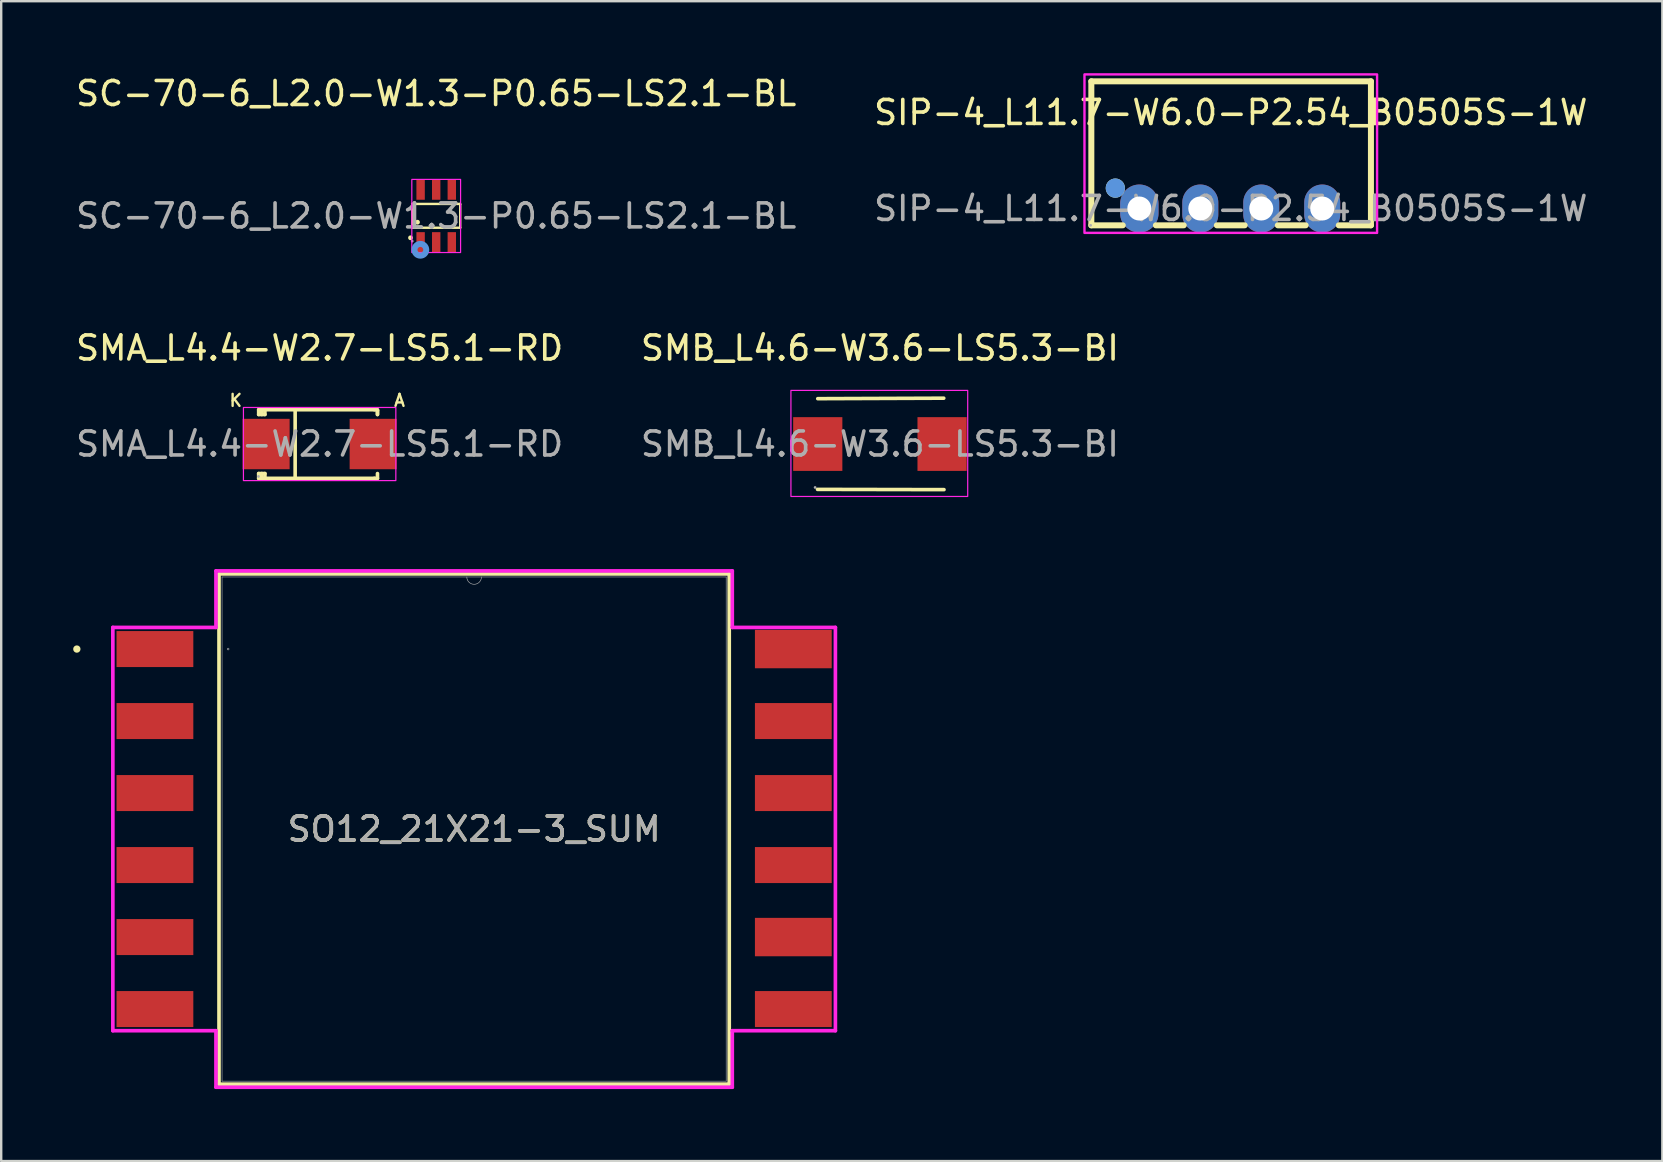
<source format=kicad_pcb>
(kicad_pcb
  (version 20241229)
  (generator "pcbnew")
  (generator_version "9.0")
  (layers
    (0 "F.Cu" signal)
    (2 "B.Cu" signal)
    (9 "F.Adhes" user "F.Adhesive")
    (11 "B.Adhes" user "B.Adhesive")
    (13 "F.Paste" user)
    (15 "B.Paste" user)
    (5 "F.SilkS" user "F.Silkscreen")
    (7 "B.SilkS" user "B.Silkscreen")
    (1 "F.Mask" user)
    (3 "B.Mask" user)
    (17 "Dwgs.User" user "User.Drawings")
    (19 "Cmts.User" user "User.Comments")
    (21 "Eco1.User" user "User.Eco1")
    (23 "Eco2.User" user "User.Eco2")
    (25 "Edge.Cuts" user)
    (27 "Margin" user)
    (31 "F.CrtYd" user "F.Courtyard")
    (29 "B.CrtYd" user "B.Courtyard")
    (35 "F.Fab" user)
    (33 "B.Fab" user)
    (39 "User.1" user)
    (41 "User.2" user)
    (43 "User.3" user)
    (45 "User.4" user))
  (footprint "SMB_L4.6-W3.6-LS5.3-BI"
    (layer "F.Cu")
    (at 33.613 15.451)
    (property "Reference" "SMB_L4.6-W3.6-LS5.3-BI" (at 0 -4 0) (layer "F.SilkS") (effects (font (size 1 1) (thickness 0.15))))
    (attr smd)
    (fp_line (start 2.66 -1.91) (end -2.59 -1.89) (stroke (width 0.15) (type solid)) (layer "F.SilkS"))
    (fp_line (start 2.67 1.9) (end -2.6 1.89) (stroke (width 0.15) (type solid)) (layer "F.SilkS"))
    (fp_rect (start -3.708 -2.235) (end 3.658 2.184) (stroke (width 0.05) (type default)) (fill no) (layer "F.CrtYd"))
    (fp_circle (center -2.7 1.81) (end -2.67 1.81) (stroke (width 0.06) (type solid)) (fill no) (layer "F.Fab"))
    (fp_text user "${REFERENCE}" (at 0 0 0) (layer "F.Fab") (effects (font (size 1 1) (thickness 0.15))))
    (pad "1" smd rect (at -2.59 0) (size 2.05 2.24) (layers "F.Cu" "F.Mask" "F.Paste"))
    (pad "2" smd rect (at 2.59 0) (size 2.05 2.24) (layers "F.Cu" "F.Mask" "F.Paste")))
  (footprint "SMA_L4.4-W2.7-LS5.1-RD"
    (layer "F.Cu")
    (at 10.268 15.451)
    (property "Reference" "SMA_L4.4-W2.7-LS5.1-RD" (at 0 -4 0) (layer "F.SilkS") (effects (font (size 1 1) (thickness 0.15))))
    (attr smd)
    (fp_line (start -2.54 -1.43) (end -2.54 -1.23) (stroke (width 0.15) (type solid)) (layer "F.SilkS"))
    (fp_line (start -2.54 -1.23) (end -2.28 -1.23) (stroke (width 0.15) (type solid)) (layer "F.SilkS"))
    (fp_line (start -2.54 1.23) (end -2.54 1.43) (stroke (width 0.15) (type solid)) (layer "F.SilkS"))
    (fp_line (start -2.54 1.23) (end -2.28 1.23) (stroke (width 0.15) (type solid)) (layer "F.SilkS"))
    (fp_line (start -2.54 1.43) (end -2.28 1.43) (stroke (width 0.15) (type solid)) (layer "F.SilkS"))
    (fp_line (start -2.41 -1.43) (end -2.41 -1.23) (stroke (width 0.15) (type solid)) (layer "F.SilkS"))
    (fp_line (start -2.41 1.23) (end -2.41 1.43) (stroke (width 0.15) (type solid)) (layer "F.SilkS"))
    (fp_line (start -2.28 -1.43) (end -2.54 -1.43) (stroke (width 0.15) (type solid)) (layer "F.SilkS"))
    (fp_line (start -2.28 -1.23) (end -2.28 -1.43) (stroke (width 0.15) (type solid)) (layer "F.SilkS"))
    (fp_line (start -2.28 1.43) (end -2.28 1.23) (stroke (width 0.15) (type solid)) (layer "F.SilkS"))
    (fp_line (start -1.02 1.43) (end -1.02 -1.43) (stroke (width 0.15) (type solid)) (layer "F.SilkS"))
    (fp_line (start 2.28 -1.43) (end -2.28 -1.43) (stroke (width 0.15) (type solid)) (layer "F.SilkS"))
    (fp_line (start 2.28 -1.43) (end 2.38 -1.43) (stroke (width 0.15) (type solid)) (layer "F.SilkS"))
    (fp_line (start 2.28 1.43) (end -2.28 1.43) (stroke (width 0.15) (type solid)) (layer "F.SilkS"))
    (fp_line (start 2.28 1.43) (end 2.41 1.43) (stroke (width 0.15) (type solid)) (layer "F.SilkS"))
    (fp_line (start 2.38 -1.43) (end 2.41 -1.4) (stroke (width 0.15) (type solid)) (layer "F.SilkS"))
    (fp_line (start 2.41 -1.4) (end 2.41 -1.23) (stroke (width 0.15) (type solid)) (layer "F.SilkS"))
    (fp_line (start 2.41 -1.23) (end 2.41 -1.43) (stroke (width 0.15) (type solid)) (layer "F.SilkS"))
    (fp_line (start 2.41 1.43) (end 2.41 1.23) (stroke (width 0.15) (type solid)) (layer "F.SilkS"))
    (fp_rect (start -3.175 -1.524) (end 3.175 1.524) (stroke (width 0.05) (type default)) (fill no) (layer "F.CrtYd"))
    (fp_circle (center -2.55 1.35) (end -2.52 1.35) (stroke (width 0.06) (type solid)) (fill no) (layer "F.Fab"))
    (fp_text user "A" (at 3.048 -1.524 0) (unlocked yes) (layer "F.SilkS") (effects (font (size 0.5 0.5) (thickness 0.1)) (justify left bottom)))
    (fp_text user "K" (at -3.81 -1.524 0) (unlocked yes) (layer "F.SilkS") (effects (font (size 0.5 0.5) (thickness 0.1)) (justify left bottom)))
    (fp_text user "${REFERENCE}" (at 0 0 0) (layer "F.Fab") (effects (font (size 1 1) (thickness 0.15))))
    (pad "1" smd rect (at -2.23 0 180) (size 1.96 2.1) (layers "F.Cu" "F.Mask" "F.Paste"))
    (pad "2" smd rect (at 2.23 0 180) (size 1.96 2.1) (layers "F.Cu" "F.Mask" "F.Paste")))
  (footprint "SO12_21X21-3_SUM"
    (layer "F.Cu")
    (at 16.705 31.494)
    (property "Reference" "SO12_21X21-3_SUM" (at 0 0 0) (unlocked yes) (layer "F.SilkS") (effects (font (size 1 1) (thickness 0.15))))
    (attr smd)
    (fp_line (start -10.63 -10.63) (end -10.63 10.63) (stroke (width 0.152) (type solid)) (layer "F.SilkS"))
    (fp_line (start -10.63 10.63) (end 10.63 10.63) (stroke (width 0.152) (type solid)) (layer "F.SilkS"))
    (fp_line (start 10.63 -10.63) (end -10.63 -10.63) (stroke (width 0.152) (type solid)) (layer "F.SilkS"))
    (fp_line (start 10.63 10.63) (end 10.63 -10.63) (stroke (width 0.152) (type solid)) (layer "F.SilkS"))
    (fp_circle (center -16.553 -7.5) (end -16.476 -7.5) (stroke (width 0.152) (type solid)) (fill no) (layer "F.SilkS"))
    (fp_line (start -15.053 -8.402) (end -10.757 -8.402) (stroke (width 0.152) (type solid)) (layer "F.CrtYd"))
    (fp_line (start -15.053 8.402) (end -15.053 -8.402) (stroke (width 0.152) (type solid)) (layer "F.CrtYd"))
    (fp_line (start -15.053 8.402) (end -10.757 8.402) (stroke (width 0.152) (type solid)) (layer "F.CrtYd"))
    (fp_line (start -10.757 -10.757) (end 10.757 -10.757) (stroke (width 0.152) (type solid)) (layer "F.CrtYd"))
    (fp_line (start -10.757 -8.402) (end -10.757 -10.757) (stroke (width 0.152) (type solid)) (layer "F.CrtYd"))
    (fp_line (start -10.757 10.757) (end -10.757 8.402) (stroke (width 0.152) (type solid)) (layer "F.CrtYd"))
    (fp_line (start 10.757 -10.757) (end 10.757 -8.402) (stroke (width 0.152) (type solid)) (layer "F.CrtYd"))
    (fp_line (start 10.757 8.402) (end 10.757 10.757) (stroke (width 0.152) (type solid)) (layer "F.CrtYd"))
    (fp_line (start 10.757 10.757) (end -10.757 10.757) (stroke (width 0.152) (type solid)) (layer "F.CrtYd"))
    (fp_line (start 15.053 -8.402) (end 10.757 -8.402) (stroke (width 0.152) (type solid)) (layer "F.CrtYd"))
    (fp_line (start 15.053 -8.402) (end 15.053 8.402) (stroke (width 0.152) (type solid)) (layer "F.CrtYd"))
    (fp_line (start 15.053 8.402) (end 10.757 8.402) (stroke (width 0.152) (type solid)) (layer "F.CrtYd"))
    (fp_line (start -10.503 -10.503) (end -10.503 10.503) (stroke (width 0.025) (type solid)) (layer "F.Fab"))
    (fp_line (start -10.503 10.503) (end 10.503 10.503) (stroke (width 0.025) (type solid)) (layer "F.Fab"))
    (fp_line (start 10.503 -10.503) (end -10.503 -10.503) (stroke (width 0.025) (type solid)) (layer "F.Fab"))
    (fp_line (start 10.503 10.503) (end 10.503 -10.503) (stroke (width 0.025) (type solid)) (layer "F.Fab"))
    (fp_arc (start 0.3048 -10.5029) (mid 0 -10.1981) (end -0.3048 -10.5029) (stroke (width 0.0254) (type solid)) (layer "F.Fab"))
    (fp_circle (center -10.249 -7.5) (end -10.211 -7.5) (stroke (width 0.025) (type solid)) (fill no) (layer "F.Fab"))
    (fp_text user "${REFERENCE}" (at 0 0 0) (unlocked yes) (layer "F.Fab") (effects (font (size 1 1) (thickness 0.15))))
    (pad "1" smd rect (at -13.3 -7.5) (size 3.2 1.5) (layers "F.Cu" "F.Mask" "F.Paste"))
    (pad "2" smd rect (at -13.3 -4.5) (size 3.2 1.5) (layers "F.Cu" "F.Mask" "F.Paste"))
    (pad "3" smd rect (at -13.3 -1.5) (size 3.2 1.5) (layers "F.Cu" "F.Mask" "F.Paste"))
    (pad "4" smd rect (at -13.3 1.5) (size 3.2 1.5) (layers "F.Cu" "F.Mask" "F.Paste"))
    (pad "5" smd rect (at -13.3 4.5) (size 3.2 1.5) (layers "F.Cu" "F.Mask" "F.Paste"))
    (pad "6" smd rect (at -13.3 7.5) (size 3.2 1.5) (layers "F.Cu" "F.Mask" "F.Paste"))
    (pad "7" smd rect (at 13.3 7.5) (size 3.2 1.5) (layers "F.Cu" "F.Mask" "F.Paste"))
    (pad "8" smd rect (at 13.3 4.5) (size 3.2 1.6) (layers "F.Cu" "F.Mask" "F.Paste"))
    (pad "9" smd rect (at 13.3 1.5) (size 3.2 1.5) (layers "F.Cu" "F.Mask" "F.Paste"))
    (pad "10" smd rect (at 13.3 -1.5) (size 3.2 1.5) (layers "F.Cu" "F.Mask" "F.Paste"))
    (pad "11" smd rect (at 13.3 -4.5) (size 3.2 1.5) (layers "F.Cu" "F.Mask" "F.Paste"))
    (pad "12" smd rect (at 13.3 -7.5) (size 3.2 1.6) (layers "F.Cu" "F.Mask" "F.Paste")))
  (footprint "SIP-4_L11.7-W6.0-P2.54_B0505S-1W"
    (layer "F.Cu")
    (at 48.232 5.638)
    (property "Reference" "SIP-4_L11.7-W6.0-P2.54_B0505S-1W" (at 0 -4 0) (layer "F.SilkS") (effects (font (size 1 1) (thickness 0.15))))
    (attr smd)
    (fp_line (start -5.81 -5.3) (end 5.84 -5.3) (stroke (width 0.25) (type solid)) (layer "F.SilkS"))
    (fp_line (start -5.81 0.7) (end -5.81 -5.3) (stroke (width 0.25) (type solid)) (layer "F.SilkS"))
    (fp_line (start -4.5 0.7) (end -5.81 0.7) (stroke (width 0.25) (type solid)) (layer "F.SilkS"))
    (fp_line (start -1.96 0.7) (end -3.12 0.7) (stroke (width 0.25) (type solid)) (layer "F.SilkS"))
    (fp_line (start 0.58 0.7) (end -0.58 0.7) (stroke (width 0.25) (type solid)) (layer "F.SilkS"))
    (fp_line (start 3.12 0.7) (end 1.96 0.7) (stroke (width 0.25) (type solid)) (layer "F.SilkS"))
    (fp_line (start 5.84 -5.3) (end 5.84 0.7) (stroke (width 0.25) (type solid)) (layer "F.SilkS"))
    (fp_line (start 5.84 0.7) (end 4.5 0.7) (stroke (width 0.25) (type solid)) (layer "F.SilkS"))
    (fp_circle (center -4.81 -0.85) (end -4.61 -0.85) (stroke (width 0.4) (type solid)) (fill no) (layer "F.SilkS"))
    (fp_circle (center -4.81 -0.85) (end -4.61 -0.85) (stroke (width 0.4) (type solid)) (fill no) (layer "Cmts.User"))
    (fp_rect (start -6.096 -5.588) (end 6.096 1.016) (stroke (width 0.1) (type solid)) (fill no) (layer "F.CrtYd"))
    (fp_circle (center -5.84 0.7) (end -5.81 0.7) (stroke (width 0.06) (type solid)) (fill no) (layer "F.Fab"))
    (fp_text user "${REFERENCE}" (at 0 0 0) (layer "F.Fab") (effects (font (size 1 1) (thickness 0.15))))
    (pad "1" thru_hole oval (at -3.81 0) (size 1.6 2) (drill 1) (layers "*.Cu" "*.Mask"))
    (pad "2" thru_hole oval (at -1.27 0) (size 1.5 2) (drill 1) (layers "*.Cu" "*.Mask"))
    (pad "3" thru_hole oval (at 1.27 0) (size 1.5 2) (drill 1) (layers "*.Cu" "*.Mask"))
    (pad "4" thru_hole oval (at 3.81 0) (size 1.5 2) (drill 1) (layers "*.Cu" "*.Mask")))
  (footprint "SC-70-6_L2.0-W1.3-P0.65-LS2.1-BL"
    (layer "F.Cu")
    (at 15.125 5.948)
    (property "Reference" "SC-70-6_L2.0-W1.3-P0.65-LS2.1-BL" (at 0 -5.1 0) (layer "F.SilkS") (effects (font (size 1 1) (thickness 0.15))))
    (attr smd)
    (fp_line (start -1 -0.5) (end -1 0.49) (stroke (width 0.1) (type solid)) (layer "F.SilkS"))
    (fp_line (start -1 0.49) (end 1 0.49) (stroke (width 0.1) (type solid)) (layer "F.SilkS"))
    (fp_line (start 0.99 -0.5) (end -1 -0.5) (stroke (width 0.1) (type solid)) (layer "F.SilkS"))
    (fp_line (start 1 -0.49) (end 0.99 -0.5) (stroke (width 0.1) (type solid)) (layer "F.SilkS"))
    (fp_line (start 1 0.49) (end 1 -0.49) (stroke (width 0.1) (type solid)) (layer "F.SilkS"))
    (fp_circle (center -1.07 0.91) (end -1.02 0.91) (stroke (width 0.1) (type solid)) (fill no) (layer "F.SilkS"))
    (fp_circle (center -0.78 0.26) (end -0.73 0.26) (stroke (width 0.1) (type solid)) (fill no) (layer "F.SilkS"))
    (fp_circle (center -0.66 1.41) (end -0.54 1.41) (stroke (width 0.25) (type solid)) (fill no) (layer "Cmts.User"))
    (fp_rect (start -1.016 -1.524) (end 1.016 1.524) (stroke (width 0.05) (type default)) (fill no) (layer "F.CrtYd"))
    (fp_circle (center -1 1.05) (end -0.97 1.05) (stroke (width 0.06) (type solid)) (fill no) (layer "F.Fab"))
    (fp_text user "${REFERENCE}" (at 0 0 0) (layer "F.Fab") (effects (font (size 1 1) (thickness 0.15))))
    (pad "1" smd rect (at -0.65 1.1) (size 0.35 0.85) (layers "F.Cu" "F.Mask" "F.Paste"))
    (pad "2" smd rect (at 0 1.1) (size 0.35 0.85) (layers "F.Cu" "F.Mask" "F.Paste"))
    (pad "3" smd rect (at 0.65 1.1) (size 0.35 0.85) (layers "F.Cu" "F.Mask" "F.Paste"))
    (pad "4" smd rect (at 0.65 -1.1) (size 0.35 0.85) (layers "F.Cu" "F.Mask" "F.Paste"))
    (pad "5" smd rect (at 0 -1.1) (size 0.35 0.85) (layers "F.Cu" "F.Mask" "F.Paste"))
    (pad "6" smd rect (at -0.65 -1.1) (size 0.35 0.85) (layers "F.Cu" "F.Mask" "F.Paste")))
  (gr_rect
    (start -3 -3)
    (end 66.214 45.327)
    (stroke (width 0.1) (type default))
    (fill no)
    (layer "Edge.Cuts")))
</source>
